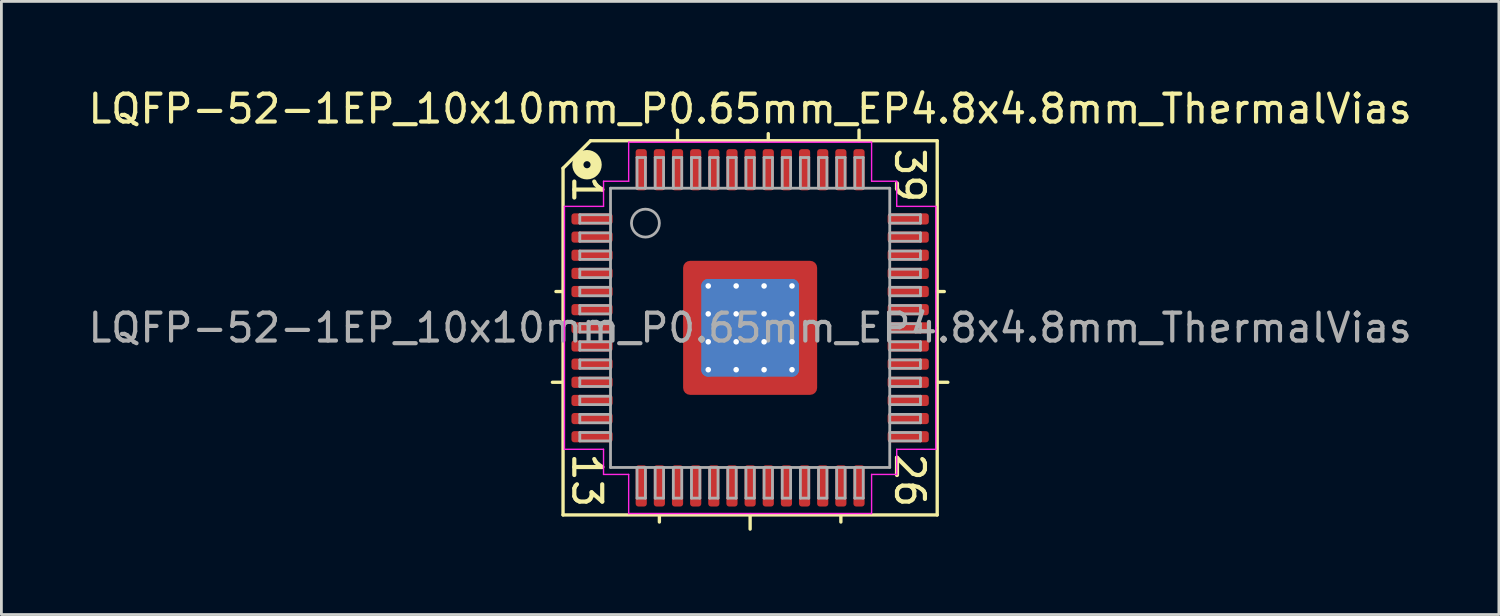
<source format=kicad_pcb>
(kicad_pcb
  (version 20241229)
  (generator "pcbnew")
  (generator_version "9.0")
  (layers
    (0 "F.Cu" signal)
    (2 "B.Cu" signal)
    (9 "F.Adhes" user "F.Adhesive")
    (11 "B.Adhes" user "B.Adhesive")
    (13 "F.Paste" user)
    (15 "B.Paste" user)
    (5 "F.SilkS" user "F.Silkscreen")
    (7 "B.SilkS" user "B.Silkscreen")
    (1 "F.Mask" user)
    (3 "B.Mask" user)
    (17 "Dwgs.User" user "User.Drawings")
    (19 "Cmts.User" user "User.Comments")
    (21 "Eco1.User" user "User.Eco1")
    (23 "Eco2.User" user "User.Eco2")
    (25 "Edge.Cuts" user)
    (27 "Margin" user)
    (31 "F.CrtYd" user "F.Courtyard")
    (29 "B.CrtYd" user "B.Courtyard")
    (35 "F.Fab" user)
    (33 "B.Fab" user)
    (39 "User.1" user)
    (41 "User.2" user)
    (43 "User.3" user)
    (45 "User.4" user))
  (footprint "LQFP-52-1EP_10x10mm_P0.65mm_EP4.8x4.8mm_ThermalVias"
    (layer "F.Cu")
    (at 23.815 8.691)
    (property "Reference" "LQFP-52-1EP_10x10mm_P0.65mm_EP4.8x4.8mm_ThermalVias" (at 0 -7.843 0) (layer "F.SilkS") (effects (font (size 1 1) (thickness 0.15))))
    (attr smd)
    (fp_line (start -6.7 -5.715) (end -6.7 6.7) (stroke (width 0.12) (type solid)) (layer "F.SilkS"))
    (fp_line (start -6.7 -1.3) (end -6.954 -1.3) (stroke (width 0.12) (type solid)) (layer "F.SilkS"))
    (fp_line (start -6.7 1.95) (end -7.081 1.95) (stroke (width 0.12) (type solid)) (layer "F.SilkS"))
    (fp_line (start -6.7 6.7) (end 6.7 6.7) (stroke (width 0.12) (type solid)) (layer "F.SilkS"))
    (fp_line (start -5.715 -6.7) (end -6.7 -5.715) (stroke (width 0.12) (type solid)) (layer "F.SilkS"))
    (fp_line (start -3.25 6.7) (end -3.25 6.954) (stroke (width 0.12) (type solid)) (layer "F.SilkS"))
    (fp_line (start -2.6 -6.7) (end -2.6 -7.081) (stroke (width 0.12) (type solid)) (layer "F.SilkS"))
    (fp_line (start 0 6.7) (end 0 7.208) (stroke (width 0.12) (type solid)) (layer "F.SilkS"))
    (fp_line (start 0.65 -6.7) (end 0.65 -6.954) (stroke (width 0.12) (type solid)) (layer "F.SilkS"))
    (fp_line (start 3.25 6.7) (end 3.25 6.954) (stroke (width 0.12) (type solid)) (layer "F.SilkS"))
    (fp_line (start 3.9 -6.7) (end 3.9 -7.081) (stroke (width 0.12) (type solid)) (layer "F.SilkS"))
    (fp_line (start 6.7 -6.7) (end -5.715 -6.7) (stroke (width 0.12) (type solid)) (layer "F.SilkS"))
    (fp_line (start 6.7 -1.3) (end 6.954 -1.3) (stroke (width 0.12) (type solid)) (layer "F.SilkS"))
    (fp_line (start 6.7 1.95) (end 7.081 1.95) (stroke (width 0.12) (type solid)) (layer "F.SilkS"))
    (fp_line (start 6.7 6.7) (end 6.7 -6.7) (stroke (width 0.12) (type solid)) (layer "F.SilkS"))
    (fp_circle (center -5.842 -5.842) (end -5.715 -5.842) (stroke (width 0.4) (type solid)) (fill no) (layer "F.SilkS"))
    (fp_line (start -6.65 -4.35) (end -6.65 0) (stroke (width 0.05) (type solid)) (layer "F.CrtYd"))
    (fp_line (start -6.65 4.35) (end -6.65 0) (stroke (width 0.05) (type solid)) (layer "F.CrtYd"))
    (fp_line (start -5.25 -5.25) (end -5.25 -4.35) (stroke (width 0.05) (type solid)) (layer "F.CrtYd"))
    (fp_line (start -5.25 -4.35) (end -6.65 -4.35) (stroke (width 0.05) (type solid)) (layer "F.CrtYd"))
    (fp_line (start -5.25 4.35) (end -6.65 4.35) (stroke (width 0.05) (type solid)) (layer "F.CrtYd"))
    (fp_line (start -5.25 5.25) (end -5.25 4.35) (stroke (width 0.05) (type solid)) (layer "F.CrtYd"))
    (fp_line (start -4.35 -6.65) (end -4.35 -5.25) (stroke (width 0.05) (type solid)) (layer "F.CrtYd"))
    (fp_line (start -4.35 -5.25) (end -5.25 -5.25) (stroke (width 0.05) (type solid)) (layer "F.CrtYd"))
    (fp_line (start -4.35 5.25) (end -5.25 5.25) (stroke (width 0.05) (type solid)) (layer "F.CrtYd"))
    (fp_line (start -4.35 6.65) (end -4.35 5.25) (stroke (width 0.05) (type solid)) (layer "F.CrtYd"))
    (fp_line (start 0 -6.65) (end -4.35 -6.65) (stroke (width 0.05) (type solid)) (layer "F.CrtYd"))
    (fp_line (start 0 -6.65) (end 4.35 -6.65) (stroke (width 0.05) (type solid)) (layer "F.CrtYd"))
    (fp_line (start 0 6.65) (end -4.35 6.65) (stroke (width 0.05) (type solid)) (layer "F.CrtYd"))
    (fp_line (start 0 6.65) (end 4.35 6.65) (stroke (width 0.05) (type solid)) (layer "F.CrtYd"))
    (fp_line (start 4.35 -6.65) (end 4.35 -5.25) (stroke (width 0.05) (type solid)) (layer "F.CrtYd"))
    (fp_line (start 4.35 -5.25) (end 5.25 -5.25) (stroke (width 0.05) (type solid)) (layer "F.CrtYd"))
    (fp_line (start 4.35 5.25) (end 5.25 5.25) (stroke (width 0.05) (type solid)) (layer "F.CrtYd"))
    (fp_line (start 4.35 6.65) (end 4.35 5.25) (stroke (width 0.05) (type solid)) (layer "F.CrtYd"))
    (fp_line (start 5.25 -5.25) (end 5.25 -4.35) (stroke (width 0.05) (type solid)) (layer "F.CrtYd"))
    (fp_line (start 5.25 -4.35) (end 6.65 -4.35) (stroke (width 0.05) (type solid)) (layer "F.CrtYd"))
    (fp_line (start 5.25 4.35) (end 6.65 4.35) (stroke (width 0.05) (type solid)) (layer "F.CrtYd"))
    (fp_line (start 5.25 5.25) (end 5.25 4.35) (stroke (width 0.05) (type solid)) (layer "F.CrtYd"))
    (fp_line (start 6.65 -4.35) (end 6.65 0) (stroke (width 0.05) (type solid)) (layer "F.CrtYd"))
    (fp_line (start 6.65 4.35) (end 6.65 0) (stroke (width 0.05) (type solid)) (layer "F.CrtYd"))
    (fp_line (start -6.1 -4.05) (end -6.1 -3.75) (stroke (width 0.1) (type solid)) (layer "F.Fab"))
    (fp_line (start -6.1 -4.05) (end -5 -4.05) (stroke (width 0.1) (type solid)) (layer "F.Fab"))
    (fp_line (start -6.1 -3.75) (end -5 -3.75) (stroke (width 0.1) (type solid)) (layer "F.Fab"))
    (fp_line (start -6.1 -3.4) (end -6.1 -3.1) (stroke (width 0.1) (type solid)) (layer "F.Fab"))
    (fp_line (start -6.1 -3.4) (end -5 -3.4) (stroke (width 0.1) (type solid)) (layer "F.Fab"))
    (fp_line (start -6.1 -3.1) (end -5 -3.1) (stroke (width 0.1) (type solid)) (layer "F.Fab"))
    (fp_line (start -6.1 -2.75) (end -6.1 -2.45) (stroke (width 0.1) (type solid)) (layer "F.Fab"))
    (fp_line (start -6.1 -2.75) (end -5 -2.75) (stroke (width 0.1) (type solid)) (layer "F.Fab"))
    (fp_line (start -6.1 -2.45) (end -5 -2.45) (stroke (width 0.1) (type solid)) (layer "F.Fab"))
    (fp_line (start -6.1 -2.1) (end -6.1 -1.8) (stroke (width 0.1) (type solid)) (layer "F.Fab"))
    (fp_line (start -6.1 -2.1) (end -5 -2.1) (stroke (width 0.1) (type solid)) (layer "F.Fab"))
    (fp_line (start -6.1 -1.8) (end -5 -1.8) (stroke (width 0.1) (type solid)) (layer "F.Fab"))
    (fp_line (start -6.1 -1.45) (end -6.1 -1.15) (stroke (width 0.1) (type solid)) (layer "F.Fab"))
    (fp_line (start -6.1 -1.45) (end -5 -1.45) (stroke (width 0.1) (type solid)) (layer "F.Fab"))
    (fp_line (start -6.1 -1.15) (end -5 -1.15) (stroke (width 0.1) (type solid)) (layer "F.Fab"))
    (fp_line (start -6.1 -0.8) (end -6.1 -0.5) (stroke (width 0.1) (type solid)) (layer "F.Fab"))
    (fp_line (start -6.1 -0.8) (end -5 -0.8) (stroke (width 0.1) (type solid)) (layer "F.Fab"))
    (fp_line (start -6.1 -0.5) (end -5 -0.5) (stroke (width 0.1) (type solid)) (layer "F.Fab"))
    (fp_line (start -6.1 -0.15) (end -6.1 0.15) (stroke (width 0.1) (type solid)) (layer "F.Fab"))
    (fp_line (start -6.1 -0.15) (end -5 -0.15) (stroke (width 0.1) (type solid)) (layer "F.Fab"))
    (fp_line (start -6.1 0.15) (end -5 0.15) (stroke (width 0.1) (type solid)) (layer "F.Fab"))
    (fp_line (start -6.1 0.5) (end -6.1 0.8) (stroke (width 0.1) (type solid)) (layer "F.Fab"))
    (fp_line (start -6.1 0.5) (end -5 0.5) (stroke (width 0.1) (type solid)) (layer "F.Fab"))
    (fp_line (start -6.1 0.8) (end -5 0.8) (stroke (width 0.1) (type solid)) (layer "F.Fab"))
    (fp_line (start -6.1 1.15) (end -6.1 1.45) (stroke (width 0.1) (type solid)) (layer "F.Fab"))
    (fp_line (start -6.1 1.15) (end -5 1.15) (stroke (width 0.1) (type solid)) (layer "F.Fab"))
    (fp_line (start -6.1 1.45) (end -5 1.45) (stroke (width 0.1) (type solid)) (layer "F.Fab"))
    (fp_line (start -6.1 1.8) (end -6.1 2.1) (stroke (width 0.1) (type solid)) (layer "F.Fab"))
    (fp_line (start -6.1 1.8) (end -5 1.8) (stroke (width 0.1) (type solid)) (layer "F.Fab"))
    (fp_line (start -6.1 2.1) (end -5 2.1) (stroke (width 0.1) (type solid)) (layer "F.Fab"))
    (fp_line (start -6.1 2.45) (end -6.1 2.75) (stroke (width 0.1) (type solid)) (layer "F.Fab"))
    (fp_line (start -6.1 2.45) (end -5 2.45) (stroke (width 0.1) (type solid)) (layer "F.Fab"))
    (fp_line (start -6.1 2.75) (end -5 2.75) (stroke (width 0.1) (type solid)) (layer "F.Fab"))
    (fp_line (start -6.1 3.1) (end -6.1 3.4) (stroke (width 0.1) (type solid)) (layer "F.Fab"))
    (fp_line (start -6.1 3.1) (end -5 3.1) (stroke (width 0.1) (type solid)) (layer "F.Fab"))
    (fp_line (start -6.1 3.4) (end -5 3.4) (stroke (width 0.1) (type solid)) (layer "F.Fab"))
    (fp_line (start -6.1 3.75) (end -6.1 4.05) (stroke (width 0.1) (type solid)) (layer "F.Fab"))
    (fp_line (start -6.1 3.75) (end -5 3.75) (stroke (width 0.1) (type solid)) (layer "F.Fab"))
    (fp_line (start -6.1 4.05) (end -5 4.05) (stroke (width 0.1) (type solid)) (layer "F.Fab"))
    (fp_line (start -5 -5) (end 5 -5) (stroke (width 0.1) (type solid)) (layer "F.Fab"))
    (fp_line (start -5 5) (end -5 -5) (stroke (width 0.1) (type solid)) (layer "F.Fab"))
    (fp_line (start -4.05 -6.1) (end -4.05 -5) (stroke (width 0.1) (type solid)) (layer "F.Fab"))
    (fp_line (start -4.05 6.1) (end -4.05 5) (stroke (width 0.1) (type solid)) (layer "F.Fab"))
    (fp_line (start -4.05 6.1) (end -3.75 6.1) (stroke (width 0.1) (type solid)) (layer "F.Fab"))
    (fp_line (start -3.75 -6.1) (end -4.05 -6.1) (stroke (width 0.1) (type solid)) (layer "F.Fab"))
    (fp_line (start -3.75 -6.1) (end -3.75 -5) (stroke (width 0.1) (type solid)) (layer "F.Fab"))
    (fp_line (start -3.75 6.1) (end -3.75 5) (stroke (width 0.1) (type solid)) (layer "F.Fab"))
    (fp_line (start -3.4 -6.1) (end -3.4 -5) (stroke (width 0.1) (type solid)) (layer "F.Fab"))
    (fp_line (start -3.4 6.1) (end -3.4 5) (stroke (width 0.1) (type solid)) (layer "F.Fab"))
    (fp_line (start -3.4 6.1) (end -3.1 6.1) (stroke (width 0.1) (type solid)) (layer "F.Fab"))
    (fp_line (start -3.1 -6.1) (end -3.4 -6.1) (stroke (width 0.1) (type solid)) (layer "F.Fab"))
    (fp_line (start -3.1 -6.1) (end -3.1 -5) (stroke (width 0.1) (type solid)) (layer "F.Fab"))
    (fp_line (start -3.1 6.1) (end -3.1 5) (stroke (width 0.1) (type solid)) (layer "F.Fab"))
    (fp_line (start -2.75 -6.1) (end -2.75 -5) (stroke (width 0.1) (type solid)) (layer "F.Fab"))
    (fp_line (start -2.75 6.1) (end -2.75 5) (stroke (width 0.1) (type solid)) (layer "F.Fab"))
    (fp_line (start -2.75 6.1) (end -2.45 6.1) (stroke (width 0.1) (type solid)) (layer "F.Fab"))
    (fp_line (start -2.45 -6.1) (end -2.75 -6.1) (stroke (width 0.1) (type solid)) (layer "F.Fab"))
    (fp_line (start -2.45 -6.1) (end -2.45 -5) (stroke (width 0.1) (type solid)) (layer "F.Fab"))
    (fp_line (start -2.45 6.1) (end -2.45 5) (stroke (width 0.1) (type solid)) (layer "F.Fab"))
    (fp_line (start -2.1 -6.1) (end -2.1 -5) (stroke (width 0.1) (type solid)) (layer "F.Fab"))
    (fp_line (start -2.1 6.1) (end -2.1 5) (stroke (width 0.1) (type solid)) (layer "F.Fab"))
    (fp_line (start -2.1 6.1) (end -1.8 6.1) (stroke (width 0.1) (type solid)) (layer "F.Fab"))
    (fp_line (start -1.8 -6.1) (end -2.1 -6.1) (stroke (width 0.1) (type solid)) (layer "F.Fab"))
    (fp_line (start -1.8 -6.1) (end -1.8 -5) (stroke (width 0.1) (type solid)) (layer "F.Fab"))
    (fp_line (start -1.8 6.1) (end -1.8 5) (stroke (width 0.1) (type solid)) (layer "F.Fab"))
    (fp_line (start -1.45 -6.1) (end -1.45 -5) (stroke (width 0.1) (type solid)) (layer "F.Fab"))
    (fp_line (start -1.45 6.1) (end -1.45 5) (stroke (width 0.1) (type solid)) (layer "F.Fab"))
    (fp_line (start -1.45 6.1) (end -1.15 6.1) (stroke (width 0.1) (type solid)) (layer "F.Fab"))
    (fp_line (start -1.15 -6.1) (end -1.45 -6.1) (stroke (width 0.1) (type solid)) (layer "F.Fab"))
    (fp_line (start -1.15 -6.1) (end -1.15 -5) (stroke (width 0.1) (type solid)) (layer "F.Fab"))
    (fp_line (start -1.15 6.1) (end -1.15 5) (stroke (width 0.1) (type solid)) (layer "F.Fab"))
    (fp_line (start -0.8 -6.1) (end -0.8 -5) (stroke (width 0.1) (type solid)) (layer "F.Fab"))
    (fp_line (start -0.8 6.1) (end -0.8 5) (stroke (width 0.1) (type solid)) (layer "F.Fab"))
    (fp_line (start -0.8 6.1) (end -0.5 6.1) (stroke (width 0.1) (type solid)) (layer "F.Fab"))
    (fp_line (start -0.5 -6.1) (end -0.8 -6.1) (stroke (width 0.1) (type solid)) (layer "F.Fab"))
    (fp_line (start -0.5 -6.1) (end -0.5 -5) (stroke (width 0.1) (type solid)) (layer "F.Fab"))
    (fp_line (start -0.5 6.1) (end -0.5 5) (stroke (width 0.1) (type solid)) (layer "F.Fab"))
    (fp_line (start -0.15 -6.1) (end -0.15 -5) (stroke (width 0.1) (type solid)) (layer "F.Fab"))
    (fp_line (start -0.15 6.1) (end -0.15 5) (stroke (width 0.1) (type solid)) (layer "F.Fab"))
    (fp_line (start -0.15 6.1) (end 0.15 6.1) (stroke (width 0.1) (type solid)) (layer "F.Fab"))
    (fp_line (start 0.15 -6.1) (end -0.15 -6.1) (stroke (width 0.1) (type solid)) (layer "F.Fab"))
    (fp_line (start 0.15 -6.1) (end 0.15 -5) (stroke (width 0.1) (type solid)) (layer "F.Fab"))
    (fp_line (start 0.15 6.1) (end 0.15 5) (stroke (width 0.1) (type solid)) (layer "F.Fab"))
    (fp_line (start 0.5 -6.1) (end 0.5 -5) (stroke (width 0.1) (type solid)) (layer "F.Fab"))
    (fp_line (start 0.5 6.1) (end 0.5 5) (stroke (width 0.1) (type solid)) (layer "F.Fab"))
    (fp_line (start 0.5 6.1) (end 0.8 6.1) (stroke (width 0.1) (type solid)) (layer "F.Fab"))
    (fp_line (start 0.8 -6.1) (end 0.5 -6.1) (stroke (width 0.1) (type solid)) (layer "F.Fab"))
    (fp_line (start 0.8 -6.1) (end 0.8 -5) (stroke (width 0.1) (type solid)) (layer "F.Fab"))
    (fp_line (start 0.8 6.1) (end 0.8 5) (stroke (width 0.1) (type solid)) (layer "F.Fab"))
    (fp_line (start 1.15 -6.1) (end 1.15 -5) (stroke (width 0.1) (type solid)) (layer "F.Fab"))
    (fp_line (start 1.15 6.1) (end 1.15 5) (stroke (width 0.1) (type solid)) (layer "F.Fab"))
    (fp_line (start 1.15 6.1) (end 1.45 6.1) (stroke (width 0.1) (type solid)) (layer "F.Fab"))
    (fp_line (start 1.45 -6.1) (end 1.15 -6.1) (stroke (width 0.1) (type solid)) (layer "F.Fab"))
    (fp_line (start 1.45 -6.1) (end 1.45 -5) (stroke (width 0.1) (type solid)) (layer "F.Fab"))
    (fp_line (start 1.45 6.1) (end 1.45 5) (stroke (width 0.1) (type solid)) (layer "F.Fab"))
    (fp_line (start 1.8 -6.1) (end 1.8 -5) (stroke (width 0.1) (type solid)) (layer "F.Fab"))
    (fp_line (start 1.8 6.1) (end 1.8 5) (stroke (width 0.1) (type solid)) (layer "F.Fab"))
    (fp_line (start 1.8 6.1) (end 2.1 6.1) (stroke (width 0.1) (type solid)) (layer "F.Fab"))
    (fp_line (start 2.1 -6.1) (end 1.8 -6.1) (stroke (width 0.1) (type solid)) (layer "F.Fab"))
    (fp_line (start 2.1 -6.1) (end 2.1 -5) (stroke (width 0.1) (type solid)) (layer "F.Fab"))
    (fp_line (start 2.1 6.1) (end 2.1 5) (stroke (width 0.1) (type solid)) (layer "F.Fab"))
    (fp_line (start 2.45 -6.1) (end 2.45 -5) (stroke (width 0.1) (type solid)) (layer "F.Fab"))
    (fp_line (start 2.45 6.1) (end 2.45 5) (stroke (width 0.1) (type solid)) (layer "F.Fab"))
    (fp_line (start 2.45 6.1) (end 2.75 6.1) (stroke (width 0.1) (type solid)) (layer "F.Fab"))
    (fp_line (start 2.75 -6.1) (end 2.45 -6.1) (stroke (width 0.1) (type solid)) (layer "F.Fab"))
    (fp_line (start 2.75 -6.1) (end 2.75 -5) (stroke (width 0.1) (type solid)) (layer "F.Fab"))
    (fp_line (start 2.75 6.1) (end 2.75 5) (stroke (width 0.1) (type solid)) (layer "F.Fab"))
    (fp_line (start 3.1 -6.1) (end 3.1 -5) (stroke (width 0.1) (type solid)) (layer "F.Fab"))
    (fp_line (start 3.1 6.1) (end 3.1 5) (stroke (width 0.1) (type solid)) (layer "F.Fab"))
    (fp_line (start 3.1 6.1) (end 3.4 6.1) (stroke (width 0.1) (type solid)) (layer "F.Fab"))
    (fp_line (start 3.4 -6.1) (end 3.1 -6.1) (stroke (width 0.1) (type solid)) (layer "F.Fab"))
    (fp_line (start 3.4 -6.1) (end 3.4 -5) (stroke (width 0.1) (type solid)) (layer "F.Fab"))
    (fp_line (start 3.4 6.1) (end 3.4 5) (stroke (width 0.1) (type solid)) (layer "F.Fab"))
    (fp_line (start 3.75 -6.1) (end 3.75 -5) (stroke (width 0.1) (type solid)) (layer "F.Fab"))
    (fp_line (start 3.75 6.1) (end 3.75 5) (stroke (width 0.1) (type solid)) (layer "F.Fab"))
    (fp_line (start 3.75 6.1) (end 4.05 6.1) (stroke (width 0.1) (type solid)) (layer "F.Fab"))
    (fp_line (start 4.05 -6.1) (end 3.75 -6.1) (stroke (width 0.1) (type solid)) (layer "F.Fab"))
    (fp_line (start 4.05 -6.1) (end 4.05 -5) (stroke (width 0.1) (type solid)) (layer "F.Fab"))
    (fp_line (start 4.05 6.1) (end 4.05 5) (stroke (width 0.1) (type solid)) (layer "F.Fab"))
    (fp_line (start 5 -5) (end 5 5) (stroke (width 0.1) (type solid)) (layer "F.Fab"))
    (fp_line (start 5 5) (end -5 5) (stroke (width 0.1) (type solid)) (layer "F.Fab"))
    (fp_line (start 6.1 -4.05) (end 5 -4.05) (stroke (width 0.1) (type solid)) (layer "F.Fab"))
    (fp_line (start 6.1 -3.75) (end 5 -3.75) (stroke (width 0.1) (type solid)) (layer "F.Fab"))
    (fp_line (start 6.1 -3.75) (end 6.1 -4.05) (stroke (width 0.1) (type solid)) (layer "F.Fab"))
    (fp_line (start 6.1 -3.4) (end 5 -3.4) (stroke (width 0.1) (type solid)) (layer "F.Fab"))
    (fp_line (start 6.1 -3.1) (end 5 -3.1) (stroke (width 0.1) (type solid)) (layer "F.Fab"))
    (fp_line (start 6.1 -3.1) (end 6.1 -3.4) (stroke (width 0.1) (type solid)) (layer "F.Fab"))
    (fp_line (start 6.1 -2.75) (end 5 -2.75) (stroke (width 0.1) (type solid)) (layer "F.Fab"))
    (fp_line (start 6.1 -2.45) (end 5 -2.45) (stroke (width 0.1) (type solid)) (layer "F.Fab"))
    (fp_line (start 6.1 -2.45) (end 6.1 -2.75) (stroke (width 0.1) (type solid)) (layer "F.Fab"))
    (fp_line (start 6.1 -2.1) (end 5 -2.1) (stroke (width 0.1) (type solid)) (layer "F.Fab"))
    (fp_line (start 6.1 -1.8) (end 5 -1.8) (stroke (width 0.1) (type solid)) (layer "F.Fab"))
    (fp_line (start 6.1 -1.8) (end 6.1 -2.1) (stroke (width 0.1) (type solid)) (layer "F.Fab"))
    (fp_line (start 6.1 -1.45) (end 5 -1.45) (stroke (width 0.1) (type solid)) (layer "F.Fab"))
    (fp_line (start 6.1 -1.15) (end 5 -1.15) (stroke (width 0.1) (type solid)) (layer "F.Fab"))
    (fp_line (start 6.1 -1.15) (end 6.1 -1.45) (stroke (width 0.1) (type solid)) (layer "F.Fab"))
    (fp_line (start 6.1 -0.8) (end 5 -0.8) (stroke (width 0.1) (type solid)) (layer "F.Fab"))
    (fp_line (start 6.1 -0.5) (end 5 -0.5) (stroke (width 0.1) (type solid)) (layer "F.Fab"))
    (fp_line (start 6.1 -0.5) (end 6.1 -0.8) (stroke (width 0.1) (type solid)) (layer "F.Fab"))
    (fp_line (start 6.1 -0.15) (end 5 -0.15) (stroke (width 0.1) (type solid)) (layer "F.Fab"))
    (fp_line (start 6.1 0.15) (end 5 0.15) (stroke (width 0.1) (type solid)) (layer "F.Fab"))
    (fp_line (start 6.1 0.15) (end 6.1 -0.15) (stroke (width 0.1) (type solid)) (layer "F.Fab"))
    (fp_line (start 6.1 0.5) (end 5 0.5) (stroke (width 0.1) (type solid)) (layer "F.Fab"))
    (fp_line (start 6.1 0.8) (end 5 0.8) (stroke (width 0.1) (type solid)) (layer "F.Fab"))
    (fp_line (start 6.1 0.8) (end 6.1 0.5) (stroke (width 0.1) (type solid)) (layer "F.Fab"))
    (fp_line (start 6.1 1.15) (end 5 1.15) (stroke (width 0.1) (type solid)) (layer "F.Fab"))
    (fp_line (start 6.1 1.45) (end 5 1.45) (stroke (width 0.1) (type solid)) (layer "F.Fab"))
    (fp_line (start 6.1 1.45) (end 6.1 1.15) (stroke (width 0.1) (type solid)) (layer "F.Fab"))
    (fp_line (start 6.1 1.8) (end 5 1.8) (stroke (width 0.1) (type solid)) (layer "F.Fab"))
    (fp_line (start 6.1 2.1) (end 5 2.1) (stroke (width 0.1) (type solid)) (layer "F.Fab"))
    (fp_line (start 6.1 2.1) (end 6.1 1.8) (stroke (width 0.1) (type solid)) (layer "F.Fab"))
    (fp_line (start 6.1 2.45) (end 5 2.45) (stroke (width 0.1) (type solid)) (layer "F.Fab"))
    (fp_line (start 6.1 2.75) (end 5 2.75) (stroke (width 0.1) (type solid)) (layer "F.Fab"))
    (fp_line (start 6.1 2.75) (end 6.1 2.45) (stroke (width 0.1) (type solid)) (layer "F.Fab"))
    (fp_line (start 6.1 3.1) (end 5 3.1) (stroke (width 0.1) (type solid)) (layer "F.Fab"))
    (fp_line (start 6.1 3.4) (end 5 3.4) (stroke (width 0.1) (type solid)) (layer "F.Fab"))
    (fp_line (start 6.1 3.4) (end 6.1 3.1) (stroke (width 0.1) (type solid)) (layer "F.Fab"))
    (fp_line (start 6.1 3.75) (end 5 3.75) (stroke (width 0.1) (type solid)) (layer "F.Fab"))
    (fp_line (start 6.1 4.05) (end 5 4.05) (stroke (width 0.1) (type solid)) (layer "F.Fab"))
    (fp_line (start 6.1 4.05) (end 6.1 3.75) (stroke (width 0.1) (type solid)) (layer "F.Fab"))
    (fp_circle (center -3.75 -3.75) (end -3.25 -3.75) (stroke (width 0.1) (type solid)) (fill no) (layer "F.Fab"))
    (fp_text user "1" (at -5.842 -4.953 270) (unlocked yes) (layer "F.SilkS") (effects (font (size 1 1) (thickness 0.15))))
    (fp_text user "13" (at -5.842 5.461 270) (unlocked yes) (layer "F.SilkS") (effects (font (size 1 1) (thickness 0.15))))
    (fp_text user "39" (at 5.715 -5.461 270) (unlocked yes) (layer "F.SilkS") (effects (font (size 1 1) (thickness 0.15))))
    (fp_text user "26" (at 5.715 5.461 270) (unlocked yes) (layer "F.SilkS") (effects (font (size 1 1) (thickness 0.15))))
    (fp_text user "${REFERENCE}" (at 0 0 0) (layer "F.Fab") (effects (font (size 1 1) (thickness 0.15))))
    (pad "" smd custom (at -1.95 -1.95) (size 0.649 0.649) (layers "F.Paste") (options (anchor circle)) (primitives (gr_poly (pts (xy 0.286 0.223) (xy 0.223 0.286) (xy -0.286 0.286) (xy -0.286 -0.286) (xy 0.286 -0.286)) (width 0.153) (fill yes))))
    (pad "" smd roundrect (at -1.95 -1) (size 0.726 0.806) (layers "F.Paste") (roundrect_rratio 0.25))
    (pad "" smd roundrect (at -1.95 0) (size 0.726 0.806) (layers "F.Paste") (roundrect_rratio 0.25))
    (pad "" smd roundrect (at -1.95 1) (size 0.726 0.806) (layers "F.Paste") (roundrect_rratio 0.25))
    (pad "" smd custom (at -1.95 1.95) (size 0.649 0.649) (layers "F.Paste") (options (anchor circle)) (primitives (gr_poly (pts (xy 0.286 -0.223) (xy 0.286 0.286) (xy -0.286 0.286) (xy -0.286 -0.286) (xy 0.223 -0.286)) (width 0.153) (fill yes))))
    (pad "" smd roundrect (at -1 -1.95) (size 0.806 0.726) (layers "F.Paste") (roundrect_rratio 0.25))
    (pad "" smd roundrect (at -1 -1) (size 0.806 0.806) (layers "F.Paste") (roundrect_rratio 0.25))
    (pad "" smd roundrect (at -1 0) (size 0.806 0.806) (layers "F.Paste") (roundrect_rratio 0.25))
    (pad "" smd roundrect (at -1 1) (size 0.806 0.806) (layers "F.Paste") (roundrect_rratio 0.25))
    (pad "" smd roundrect (at -1 1.95) (size 0.806 0.726) (layers "F.Paste") (roundrect_rratio 0.25))
    (pad "" smd roundrect (at 0 -1.95) (size 0.806 0.726) (layers "F.Paste") (roundrect_rratio 0.25))
    (pad "" smd roundrect (at 0 -1) (size 0.806 0.806) (layers "F.Paste") (roundrect_rratio 0.25))
    (pad "" smd roundrect (at 0 0) (size 0.806 0.806) (layers "F.Paste") (roundrect_rratio 0.25))
    (pad "" smd roundrect (at 0 1) (size 0.806 0.806) (layers "F.Paste") (roundrect_rratio 0.25))
    (pad "" smd roundrect (at 0 1.95) (size 0.806 0.726) (layers "F.Paste") (roundrect_rratio 0.25))
    (pad "" smd roundrect (at 1 -1.95) (size 0.806 0.726) (layers "F.Paste") (roundrect_rratio 0.25))
    (pad "" smd roundrect (at 1 -1) (size 0.806 0.806) (layers "F.Paste") (roundrect_rratio 0.25))
    (pad "" smd roundrect (at 1 0) (size 0.806 0.806) (layers "F.Paste") (roundrect_rratio 0.25))
    (pad "" smd roundrect (at 1 1) (size 0.806 0.806) (layers "F.Paste") (roundrect_rratio 0.25))
    (pad "" smd roundrect (at 1 1.95) (size 0.806 0.726) (layers "F.Paste") (roundrect_rratio 0.25))
    (pad "" smd custom (at 1.95 -1.95) (size 0.649 0.649) (layers "F.Paste") (options (anchor circle)) (primitives (gr_poly (pts (xy 0.286 0.286) (xy -0.223 0.286) (xy -0.286 0.223) (xy -0.286 -0.286) (xy 0.286 -0.286)) (width 0.153) (fill yes))))
    (pad "" smd roundrect (at 1.95 -1) (size 0.726 0.806) (layers "F.Paste") (roundrect_rratio 0.25))
    (pad "" smd roundrect (at 1.95 0) (size 0.726 0.806) (layers "F.Paste") (roundrect_rratio 0.25))
    (pad "" smd roundrect (at 1.95 1) (size 0.726 0.806) (layers "F.Paste") (roundrect_rratio 0.25))
    (pad "" smd custom (at 1.95 1.95) (size 0.649 0.649) (layers "F.Paste") (options (anchor circle)) (primitives (gr_poly (pts (xy 0.286 0.286) (xy -0.286 0.286) (xy -0.286 -0.223) (xy -0.223 -0.286) (xy 0.286 -0.286)) (width 0.153) (fill yes))))
    (pad "1" smd roundrect (at -5.662 -3.9) (size 1.475 0.4) (layers "F.Cu" "F.Mask" "F.Paste") (roundrect_rratio 0.25))
    (pad "2" smd roundrect (at -5.662 -3.25) (size 1.475 0.4) (layers "F.Cu" "F.Mask" "F.Paste") (roundrect_rratio 0.25))
    (pad "3" smd roundrect (at -5.662 -2.6) (size 1.475 0.4) (layers "F.Cu" "F.Mask" "F.Paste") (roundrect_rratio 0.25))
    (pad "4" smd roundrect (at -5.662 -1.95) (size 1.475 0.4) (layers "F.Cu" "F.Mask" "F.Paste") (roundrect_rratio 0.25))
    (pad "5" smd roundrect (at -5.662 -1.3) (size 1.475 0.4) (layers "F.Cu" "F.Mask" "F.Paste") (roundrect_rratio 0.25))
    (pad "6" smd roundrect (at -5.662 -0.65) (size 1.475 0.4) (layers "F.Cu" "F.Mask" "F.Paste") (roundrect_rratio 0.25))
    (pad "7" smd roundrect (at -5.662 0) (size 1.475 0.4) (layers "F.Cu" "F.Mask" "F.Paste") (roundrect_rratio 0.25))
    (pad "8" smd roundrect (at -5.662 0.65) (size 1.475 0.4) (layers "F.Cu" "F.Mask" "F.Paste") (roundrect_rratio 0.25))
    (pad "9" smd roundrect (at -5.662 1.3) (size 1.475 0.4) (layers "F.Cu" "F.Mask" "F.Paste") (roundrect_rratio 0.25))
    (pad "10" smd roundrect (at -5.662 1.95) (size 1.475 0.4) (layers "F.Cu" "F.Mask" "F.Paste") (roundrect_rratio 0.25))
    (pad "11" smd roundrect (at -5.662 2.6) (size 1.475 0.4) (layers "F.Cu" "F.Mask" "F.Paste") (roundrect_rratio 0.25))
    (pad "12" smd roundrect (at -5.662 3.25) (size 1.475 0.4) (layers "F.Cu" "F.Mask" "F.Paste") (roundrect_rratio 0.25))
    (pad "13" smd roundrect (at -5.662 3.9) (size 1.475 0.4) (layers "F.Cu" "F.Mask" "F.Paste") (roundrect_rratio 0.25))
    (pad "14" smd roundrect (at -3.9 5.662) (size 0.4 1.475) (layers "F.Cu" "F.Mask" "F.Paste") (roundrect_rratio 0.25))
    (pad "15" smd roundrect (at -3.25 5.662) (size 0.4 1.475) (layers "F.Cu" "F.Mask" "F.Paste") (roundrect_rratio 0.25))
    (pad "16" smd roundrect (at -2.6 5.662) (size 0.4 1.475) (layers "F.Cu" "F.Mask" "F.Paste") (roundrect_rratio 0.25))
    (pad "17" smd roundrect (at -1.95 5.662) (size 0.4 1.475) (layers "F.Cu" "F.Mask" "F.Paste") (roundrect_rratio 0.25))
    (pad "18" smd roundrect (at -1.3 5.662) (size 0.4 1.475) (layers "F.Cu" "F.Mask" "F.Paste") (roundrect_rratio 0.25))
    (pad "19" smd roundrect (at -0.65 5.662) (size 0.4 1.475) (layers "F.Cu" "F.Mask" "F.Paste") (roundrect_rratio 0.25))
    (pad "20" smd roundrect (at 0 5.662) (size 0.4 1.475) (layers "F.Cu" "F.Mask" "F.Paste") (roundrect_rratio 0.25))
    (pad "21" smd roundrect (at 0.65 5.662) (size 0.4 1.475) (layers "F.Cu" "F.Mask" "F.Paste") (roundrect_rratio 0.25))
    (pad "22" smd roundrect (at 1.3 5.662) (size 0.4 1.475) (layers "F.Cu" "F.Mask" "F.Paste") (roundrect_rratio 0.25))
    (pad "23" smd roundrect (at 1.95 5.662) (size 0.4 1.475) (layers "F.Cu" "F.Mask" "F.Paste") (roundrect_rratio 0.25))
    (pad "24" smd roundrect (at 2.6 5.662) (size 0.4 1.475) (layers "F.Cu" "F.Mask" "F.Paste") (roundrect_rratio 0.25))
    (pad "25" smd roundrect (at 3.25 5.662) (size 0.4 1.475) (layers "F.Cu" "F.Mask" "F.Paste") (roundrect_rratio 0.25))
    (pad "26" smd roundrect (at 3.9 5.662) (size 0.4 1.475) (layers "F.Cu" "F.Mask" "F.Paste") (roundrect_rratio 0.25))
    (pad "27" smd roundrect (at 5.662 3.9) (size 1.475 0.4) (layers "F.Cu" "F.Mask" "F.Paste") (roundrect_rratio 0.25))
    (pad "28" smd roundrect (at 5.662 3.25) (size 1.475 0.4) (layers "F.Cu" "F.Mask" "F.Paste") (roundrect_rratio 0.25))
    (pad "29" smd roundrect (at 5.662 2.6) (size 1.475 0.4) (layers "F.Cu" "F.Mask" "F.Paste") (roundrect_rratio 0.25))
    (pad "30" smd roundrect (at 5.662 1.95) (size 1.475 0.4) (layers "F.Cu" "F.Mask" "F.Paste") (roundrect_rratio 0.25))
    (pad "31" smd roundrect (at 5.662 1.3) (size 1.475 0.4) (layers "F.Cu" "F.Mask" "F.Paste") (roundrect_rratio 0.25))
    (pad "32" smd roundrect (at 5.662 0.65) (size 1.475 0.4) (layers "F.Cu" "F.Mask" "F.Paste") (roundrect_rratio 0.25))
    (pad "33" smd roundrect (at 5.662 0) (size 1.475 0.4) (layers "F.Cu" "F.Mask" "F.Paste") (roundrect_rratio 0.25))
    (pad "34" smd roundrect (at 5.662 -0.65) (size 1.475 0.4) (layers "F.Cu" "F.Mask" "F.Paste") (roundrect_rratio 0.25))
    (pad "35" smd roundrect (at 5.662 -1.3) (size 1.475 0.4) (layers "F.Cu" "F.Mask" "F.Paste") (roundrect_rratio 0.25))
    (pad "36" smd roundrect (at 5.662 -1.95) (size 1.475 0.4) (layers "F.Cu" "F.Mask" "F.Paste") (roundrect_rratio 0.25))
    (pad "37" smd roundrect (at 5.662 -2.6) (size 1.475 0.4) (layers "F.Cu" "F.Mask" "F.Paste") (roundrect_rratio 0.25))
    (pad "38" smd roundrect (at 5.662 -3.25) (size 1.475 0.4) (layers "F.Cu" "F.Mask" "F.Paste") (roundrect_rratio 0.25))
    (pad "39" smd roundrect (at 5.662 -3.9) (size 1.475 0.4) (layers "F.Cu" "F.Mask" "F.Paste") (roundrect_rratio 0.25))
    (pad "40" smd roundrect (at 3.9 -5.662) (size 0.4 1.475) (layers "F.Cu" "F.Mask" "F.Paste") (roundrect_rratio 0.25))
    (pad "41" smd roundrect (at 3.25 -5.662) (size 0.4 1.475) (layers "F.Cu" "F.Mask" "F.Paste") (roundrect_rratio 0.25))
    (pad "42" smd roundrect (at 2.6 -5.662) (size 0.4 1.475) (layers "F.Cu" "F.Mask" "F.Paste") (roundrect_rratio 0.25))
    (pad "43" smd roundrect (at 1.95 -5.662) (size 0.4 1.475) (layers "F.Cu" "F.Mask" "F.Paste") (roundrect_rratio 0.25))
    (pad "44" smd roundrect (at 1.3 -5.662) (size 0.4 1.475) (layers "F.Cu" "F.Mask" "F.Paste") (roundrect_rratio 0.25))
    (pad "45" smd roundrect (at 0.65 -5.662) (size 0.4 1.475) (layers "F.Cu" "F.Mask" "F.Paste") (roundrect_rratio 0.25))
    (pad "46" smd roundrect (at 0 -5.662) (size 0.4 1.475) (layers "F.Cu" "F.Mask" "F.Paste") (roundrect_rratio 0.25))
    (pad "47" smd roundrect (at -0.65 -5.662) (size 0.4 1.475) (layers "F.Cu" "F.Mask" "F.Paste") (roundrect_rratio 0.25))
    (pad "48" smd roundrect (at -1.3 -5.662) (size 0.4 1.475) (layers "F.Cu" "F.Mask" "F.Paste") (roundrect_rratio 0.25))
    (pad "49" smd roundrect (at -1.95 -5.662) (size 0.4 1.475) (layers "F.Cu" "F.Mask" "F.Paste") (roundrect_rratio 0.25))
    (pad "50" smd roundrect (at -2.6 -5.662) (size 0.4 1.475) (layers "F.Cu" "F.Mask" "F.Paste") (roundrect_rratio 0.25))
    (pad "51" smd roundrect (at -3.25 -5.662) (size 0.4 1.475) (layers "F.Cu" "F.Mask" "F.Paste") (roundrect_rratio 0.25))
    (pad "52" smd roundrect (at -3.9 -5.662) (size 0.4 1.475) (layers "F.Cu" "F.Mask" "F.Paste") (roundrect_rratio 0.25))
    (pad "53" thru_hole circle (at -1.5 -1.5) (size 0.5 0.5) (drill 0.2) (property pad_prop_heatsink) (layers "*.Cu"))
    (pad "53" thru_hole circle (at -1.5 -0.5) (size 0.5 0.5) (drill 0.2) (property pad_prop_heatsink) (layers "*.Cu"))
    (pad "53" thru_hole circle (at -1.5 0.5) (size 0.5 0.5) (drill 0.2) (property pad_prop_heatsink) (layers "*.Cu"))
    (pad "53" thru_hole circle (at -1.5 1.5) (size 0.5 0.5) (drill 0.2) (property pad_prop_heatsink) (layers "*.Cu"))
    (pad "53" thru_hole circle (at -0.5 -1.5) (size 0.5 0.5) (drill 0.2) (property pad_prop_heatsink) (layers "*.Cu"))
    (pad "53" thru_hole circle (at -0.5 -0.5) (size 0.5 0.5) (drill 0.2) (property pad_prop_heatsink) (layers "*.Cu"))
    (pad "53" thru_hole circle (at -0.5 0.5) (size 0.5 0.5) (drill 0.2) (property pad_prop_heatsink) (layers "*.Cu"))
    (pad "53" thru_hole circle (at -0.5 1.5) (size 0.5 0.5) (drill 0.2) (property pad_prop_heatsink) (layers "*.Cu"))
    (pad "53" smd roundrect (at 0 0) (size 3.5 3.5) (layers "B.Cu" "B.Mask") (roundrect_rratio 0.071))
    (pad "53" smd roundrect (at 0 0) (size 4.8 4.8) (layers "F.Cu" "F.Mask") (roundrect_rratio 0.052))
    (pad "53" thru_hole circle (at 0.5 -1.5) (size 0.5 0.5) (drill 0.2) (property pad_prop_heatsink) (layers "*.Cu"))
    (pad "53" thru_hole circle (at 0.5 -0.5) (size 0.5 0.5) (drill 0.2) (property pad_prop_heatsink) (layers "*.Cu"))
    (pad "53" thru_hole circle (at 0.5 0.5) (size 0.5 0.5) (drill 0.2) (property pad_prop_heatsink) (layers "*.Cu"))
    (pad "53" thru_hole circle (at 0.5 1.5) (size 0.5 0.5) (drill 0.2) (property pad_prop_heatsink) (layers "*.Cu"))
    (pad "53" thru_hole circle (at 1.5 -1.5) (size 0.5 0.5) (drill 0.2) (property pad_prop_heatsink) (layers "*.Cu"))
    (pad "53" thru_hole circle (at 1.5 -0.5) (size 0.5 0.5) (drill 0.2) (property pad_prop_heatsink) (layers "*.Cu"))
    (pad "53" thru_hole circle (at 1.5 0.5) (size 0.5 0.5) (drill 0.2) (property pad_prop_heatsink) (layers "*.Cu"))
    (pad "53" thru_hole circle (at 1.5 1.5) (size 0.5 0.5) (drill 0.2) (property pad_prop_heatsink) (layers "*.Cu")))
  (gr_rect
    (start -3 -3)
    (end 50.631 18.959)
    (stroke (width 0.1) (type default))
    (fill no)
    (layer "Edge.Cuts")))
</source>
